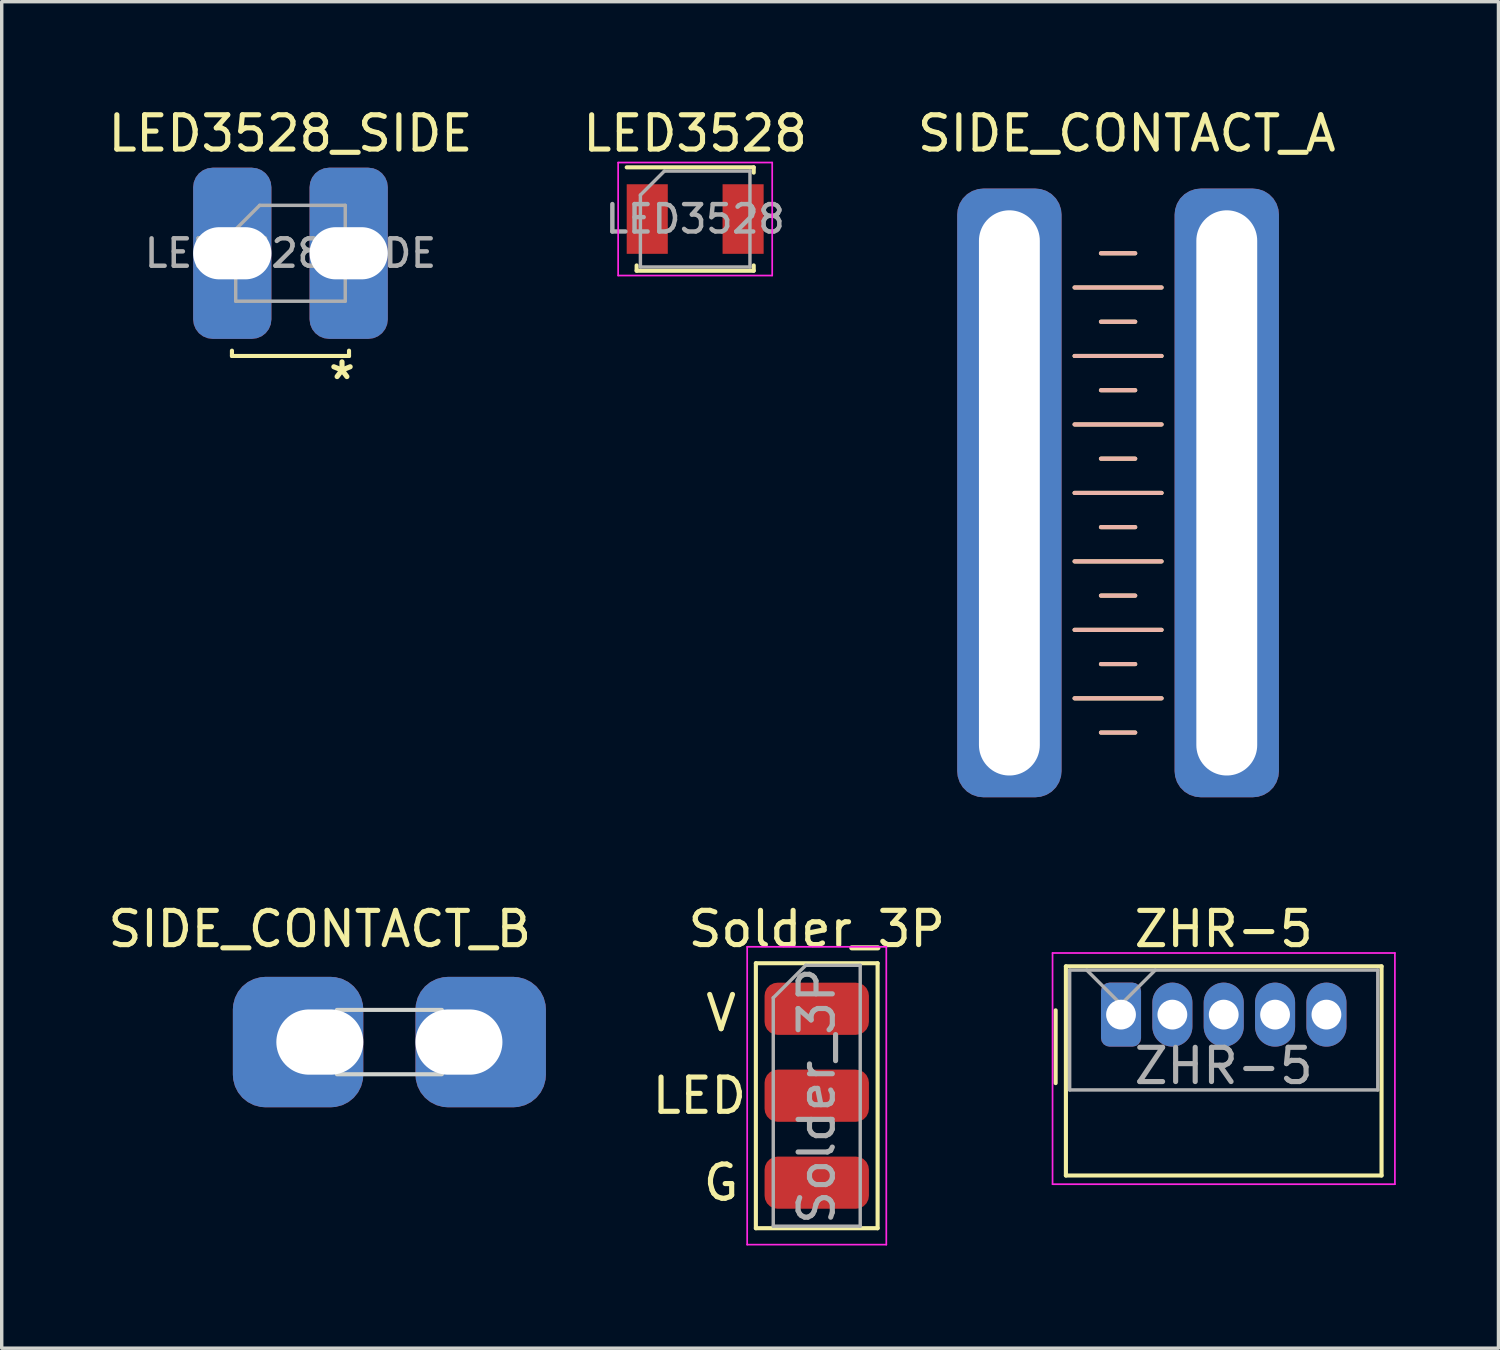
<source format=kicad_pcb>
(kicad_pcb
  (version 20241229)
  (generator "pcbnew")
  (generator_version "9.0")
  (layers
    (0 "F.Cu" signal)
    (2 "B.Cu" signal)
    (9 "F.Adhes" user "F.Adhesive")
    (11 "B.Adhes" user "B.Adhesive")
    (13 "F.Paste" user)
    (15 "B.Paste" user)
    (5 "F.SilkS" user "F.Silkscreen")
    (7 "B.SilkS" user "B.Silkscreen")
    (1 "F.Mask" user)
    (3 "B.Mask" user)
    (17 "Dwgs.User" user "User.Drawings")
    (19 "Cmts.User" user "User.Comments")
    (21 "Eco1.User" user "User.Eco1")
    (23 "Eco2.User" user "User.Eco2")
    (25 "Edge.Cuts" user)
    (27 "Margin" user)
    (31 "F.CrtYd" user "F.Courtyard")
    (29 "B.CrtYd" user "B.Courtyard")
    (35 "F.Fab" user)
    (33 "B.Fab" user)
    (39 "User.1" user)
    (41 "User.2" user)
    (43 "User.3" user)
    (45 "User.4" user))
  (footprint "SIDE_CONTACT_A"
    (layer "F.Cu")
    (at 29.609 11.348)
    (property "Reference" "SIDE_CONTACT_A" (at 0.254 -10.5 0) (layer "F.SilkS") (effects (font (size 1 1) (thickness 0.15))))
    (attr smd)
    (fp_line (start -1.27 -6) (end 1.27 -6) (stroke (width 0.12) (type solid)) (layer "F.SilkS"))
    (fp_line (start -1.27 -4) (end 1.27 -4) (stroke (width 0.12) (type solid)) (layer "F.SilkS"))
    (fp_line (start -1.27 -2) (end 1.27 -2) (stroke (width 0.12) (type solid)) (layer "F.SilkS"))
    (fp_line (start -1.27 0) (end 1.27 0) (stroke (width 0.12) (type solid)) (layer "F.SilkS"))
    (fp_line (start -1.27 2) (end 1.27 2) (stroke (width 0.12) (type solid)) (layer "F.SilkS"))
    (fp_line (start -1.27 4) (end 1.27 4) (stroke (width 0.12) (type solid)) (layer "F.SilkS"))
    (fp_line (start -1.27 6) (end 1.27 6) (stroke (width 0.12) (type solid)) (layer "F.SilkS"))
    (fp_line (start -0.5 -7) (end 0.5 -7) (stroke (width 0.12) (type solid)) (layer "F.SilkS"))
    (fp_line (start -0.5 -5) (end 0.5 -5) (stroke (width 0.12) (type solid)) (layer "F.SilkS"))
    (fp_line (start -0.5 -3) (end 0.5 -3) (stroke (width 0.12) (type solid)) (layer "F.SilkS"))
    (fp_line (start -0.5 -1) (end 0.5 -1) (stroke (width 0.12) (type solid)) (layer "F.SilkS"))
    (fp_line (start -0.5 1) (end 0.5 1) (stroke (width 0.12) (type solid)) (layer "F.SilkS"))
    (fp_line (start -0.5 3) (end 0.5 3) (stroke (width 0.12) (type solid)) (layer "F.SilkS"))
    (fp_line (start -0.5 5) (end 0.5 5) (stroke (width 0.12) (type solid)) (layer "F.SilkS"))
    (fp_line (start -0.5 7) (end 0.5 7) (stroke (width 0.12) (type solid)) (layer "F.SilkS"))
    (fp_line (start 0.5 -7) (end -0.5 -7) (stroke (width 0.12) (type solid)) (layer "B.SilkS"))
    (fp_line (start 0.5 -5) (end -0.5 -5) (stroke (width 0.12) (type solid)) (layer "B.SilkS"))
    (fp_line (start 0.5 -3) (end -0.5 -3) (stroke (width 0.12) (type solid)) (layer "B.SilkS"))
    (fp_line (start 0.5 -1) (end -0.5 -1) (stroke (width 0.12) (type solid)) (layer "B.SilkS"))
    (fp_line (start 0.5 1) (end -0.5 1) (stroke (width 0.12) (type solid)) (layer "B.SilkS"))
    (fp_line (start 0.5 3) (end -0.5 3) (stroke (width 0.12) (type solid)) (layer "B.SilkS"))
    (fp_line (start 0.5 5) (end -0.5 5) (stroke (width 0.12) (type solid)) (layer "B.SilkS"))
    (fp_line (start 0.5 7) (end -0.5 7) (stroke (width 0.12) (type solid)) (layer "B.SilkS"))
    (fp_line (start 1.27 -6) (end -1.27 -6) (stroke (width 0.12) (type solid)) (layer "B.SilkS"))
    (fp_line (start 1.27 -4) (end -1.27 -4) (stroke (width 0.12) (type solid)) (layer "B.SilkS"))
    (fp_line (start 1.27 -2) (end -1.27 -2) (stroke (width 0.12) (type solid)) (layer "B.SilkS"))
    (fp_line (start 1.27 0) (end -1.27 0) (stroke (width 0.12) (type solid)) (layer "B.SilkS"))
    (fp_line (start 1.27 2) (end -1.27 2) (stroke (width 0.12) (type solid)) (layer "B.SilkS"))
    (fp_line (start 1.27 4) (end -1.27 4) (stroke (width 0.12) (type solid)) (layer "B.SilkS"))
    (fp_line (start 1.27 6) (end -1.27 6) (stroke (width 0.12) (type solid)) (layer "B.SilkS"))
    (pad "1" thru_hole roundrect (at -3.175 0) (size 3.048 17.78) (drill oval 1.778 16.51) (layers "*.Cu" "*.Mask") (roundrect_rratio 0.25))
    (pad "2" thru_hole roundrect (at 3.175 0) (size 3.048 17.78) (drill oval 1.778 16.51) (layers "*.Cu" "*.Mask") (roundrect_rratio 0.25)))
  (footprint "ZHR-5"
    (layer "F.Cu")
    (at 29.695 26.587)
    (property "Reference" "ZHR-5" (at 3 -2.5 0) (layer "F.SilkS") (effects (font (size 1 1) (thickness 0.15))))
    (attr through_hole)
    (fp_line (start -1.91 -0.125) (end -1.91 2) (stroke (width 0.12) (type solid)) (layer "F.SilkS"))
    (fp_line (start -1.61 -1.41) (end -1.61 4.699) (stroke (width 0.12) (type solid)) (layer "F.SilkS"))
    (fp_line (start -1.61 4.699) (end 7.61 4.699) (stroke (width 0.12) (type solid)) (layer "F.SilkS"))
    (fp_line (start 7.61 -1.41) (end -1.61 -1.41) (stroke (width 0.12) (type solid)) (layer "F.SilkS"))
    (fp_line (start 7.61 4.699) (end 7.61 -1.41) (stroke (width 0.12) (type solid)) (layer "F.SilkS"))
    (fp_line (start -2 -1.8) (end -2 4.953) (stroke (width 0.05) (type solid)) (layer "F.CrtYd"))
    (fp_line (start -2 4.953) (end 8 4.953) (stroke (width 0.05) (type solid)) (layer "F.CrtYd"))
    (fp_line (start 8 -1.8) (end -2 -1.8) (stroke (width 0.05) (type solid)) (layer "F.CrtYd"))
    (fp_line (start 8 4.953) (end 8 -1.8) (stroke (width 0.05) (type solid)) (layer "F.CrtYd"))
    (fp_line (start -1.5 -1.3) (end -1.5 2.2) (stroke (width 0.1) (type solid)) (layer "F.Fab"))
    (fp_line (start -1.5 2.2) (end 7.5 2.2) (stroke (width 0.1) (type solid)) (layer "F.Fab"))
    (fp_line (start -1 -1.3) (end 0 -0.3) (stroke (width 0.1) (type solid)) (layer "F.Fab"))
    (fp_line (start 0 -0.3) (end 1 -1.3) (stroke (width 0.1) (type solid)) (layer "F.Fab"))
    (fp_line (start 7.5 -1.3) (end -1.5 -1.3) (stroke (width 0.1) (type solid)) (layer "F.Fab"))
    (fp_line (start 7.5 2.2) (end 7.5 -1.3) (stroke (width 0.1) (type solid)) (layer "F.Fab"))
    (fp_text user "${REFERENCE}" (at 3 1.5 0) (layer "F.Fab") (effects (font (size 1 1) (thickness 0.15))))
    (pad "1" thru_hole roundrect (at 0 0) (size 1.17 1.87) (drill 0.87) (layers "*.Cu" "*.Mask") (roundrect_rratio 0.214))
    (pad "2" thru_hole oval (at 1.5 0) (size 1.17 1.87) (drill 0.87) (layers "*.Cu" "*.Mask"))
    (pad "3" thru_hole oval (at 3 0) (size 1.17 1.87) (drill 0.87) (layers "*.Cu" "*.Mask"))
    (pad "4" thru_hole oval (at 4.5 0) (size 1.17 1.87) (drill 0.87) (layers "*.Cu" "*.Mask"))
    (pad "5" thru_hole oval (at 6 0) (size 1.17 1.87) (drill 0.87) (layers "*.Cu" "*.Mask")))
  (footprint "SIDE_CONTACT_B"
    (layer "F.Cu")
    (at 8.324 27.389)
    (property "Reference" "SIDE_CONTACT_B" (at -2.032 -3.302 0) (layer "F.SilkS") (effects (font (size 1 1) (thickness 0.15))))
    (attr smd)
    (fp_rect (start -1.532 -0.94) (end 1.532 0.94) (stroke (width 0.12) (type solid)) (fill no) (layer "Edge.Cuts"))
    (pad "1" thru_hole roundrect (at -2.032 0) (size 3.81 3.81) (drill oval 2.54 1.905 (offset -0.635 0)) (layers "*.Cu" "*.Mask") (roundrect_rratio 0.25))
    (pad "2" thru_hole roundrect (at 2.032 0) (size 3.81 3.81) (drill oval 2.54 1.905 (offset 0.635 0)) (layers "*.Cu" "*.Mask") (roundrect_rratio 0.25)))
  (footprint "Solder_3P"
    (layer "F.Cu")
    (at 20.807 28.956)
    (property "Reference" "Solder_3P" (at 0 -4.87 0) (layer "F.SilkS") (effects (font (size 1 1) (thickness 0.15))))
    (attr smd)
    (fp_line (start -1.778 -3.87) (end -1.778 3.87) (stroke (width 0.12) (type solid)) (layer "F.SilkS"))
    (fp_line (start -1.778 -3.87) (end 1.778 -3.87) (stroke (width 0.12) (type solid)) (layer "F.SilkS"))
    (fp_line (start -1.778 3.87) (end 1.778 3.87) (stroke (width 0.12) (type solid)) (layer "F.SilkS"))
    (fp_line (start 1.778 -3.87) (end 1.778 3.87) (stroke (width 0.12) (type solid)) (layer "F.SilkS"))
    (fp_line (start -2.032 -4.35) (end -2.032 4.35) (stroke (width 0.05) (type solid)) (layer "F.CrtYd"))
    (fp_line (start -2.032 4.35) (end 2.032 4.35) (stroke (width 0.05) (type solid)) (layer "F.CrtYd"))
    (fp_line (start 2.032 -4.35) (end -2.032 -4.35) (stroke (width 0.05) (type solid)) (layer "F.CrtYd"))
    (fp_line (start 2.032 4.35) (end 2.032 -4.35) (stroke (width 0.05) (type solid)) (layer "F.CrtYd"))
    (fp_line (start -1.27 -2.86) (end -0.32 -3.81) (stroke (width 0.1) (type solid)) (layer "F.Fab"))
    (fp_line (start -1.27 3.81) (end -1.27 -2.86) (stroke (width 0.1) (type solid)) (layer "F.Fab"))
    (fp_line (start -0.32 -3.81) (end 1.27 -3.81) (stroke (width 0.1) (type solid)) (layer "F.Fab"))
    (fp_line (start 1.27 -3.81) (end 1.27 3.81) (stroke (width 0.1) (type solid)) (layer "F.Fab"))
    (fp_line (start 1.27 3.81) (end -1.27 3.81) (stroke (width 0.1) (type solid)) (layer "F.Fab"))
    (fp_text user "G" (at -2.794 2.54 0) (unlocked yes) (layer "F.SilkS") (effects (font (size 1 1) (thickness 0.15))))
    (fp_text user "LED" (at -3.429 0 0) (unlocked yes) (layer "F.SilkS") (effects (font (size 1 1) (thickness 0.15))))
    (fp_text user "V" (at -2.794 -2.413 0) (unlocked yes) (layer "F.SilkS") (effects (font (size 1 1) (thickness 0.15))))
    (fp_text user "${REFERENCE}" (at 0 0 90) (layer "F.Fab") (effects (font (size 1 1) (thickness 0.15))))
    (pad "1" smd roundrect (at 0 -2.54) (size 3.048 1.524) (layers "F.Cu" "F.Mask" "F.Paste") (roundrect_rratio 0.25))
    (pad "2" smd roundrect (at 0 0) (size 3.048 1.524) (layers "F.Cu" "F.Mask" "F.Paste") (roundrect_rratio 0.25))
    (pad "3" smd roundrect (at 0 2.54) (size 3.048 1.524) (layers "F.Cu" "F.Mask" "F.Paste") (roundrect_rratio 0.25)))
  (footprint "LED3528"
    (layer "F.Cu")
    (at 17.256 3.348)
    (property "Reference" "LED3528" (at 0 -2.5 0) (layer "F.SilkS") (effects (font (size 1 1) (thickness 0.15))))
    (attr smd)
    (fp_line (start -2 -1.51) (end 1.71 -1.51) (stroke (width 0.12) (type solid)) (layer "F.SilkS"))
    (fp_line (start -1.71 1.355) (end -1.71 1.51) (stroke (width 0.12) (type solid)) (layer "F.SilkS"))
    (fp_line (start -1.71 1.51) (end 1.71 1.51) (stroke (width 0.12) (type solid)) (layer "F.SilkS"))
    (fp_line (start 1.71 -1.355) (end 1.71 -1.51) (stroke (width 0.12) (type solid)) (layer "F.SilkS"))
    (fp_line (start 1.71 1.355) (end 1.71 1.51) (stroke (width 0.12) (type solid)) (layer "F.SilkS"))
    (fp_line (start -2.25 -1.65) (end -2.25 1.65) (stroke (width 0.05) (type solid)) (layer "F.CrtYd"))
    (fp_line (start -2.25 -1.65) (end 2.25 -1.65) (stroke (width 0.05) (type solid)) (layer "F.CrtYd"))
    (fp_line (start -2.25 1.65) (end 2.25 1.65) (stroke (width 0.05) (type solid)) (layer "F.CrtYd"))
    (fp_line (start 2.25 -1.65) (end 2.25 1.65) (stroke (width 0.05) (type solid)) (layer "F.CrtYd"))
    (fp_line (start -1.6 1.4) (end -1.6 -0.7) (stroke (width 0.1) (type solid)) (layer "F.Fab"))
    (fp_line (start -0.9 -1.4) (end -1.6 -0.7) (stroke (width 0.1) (type solid)) (layer "F.Fab"))
    (fp_line (start -0.9 -1.4) (end 1.6 -1.4) (stroke (width 0.1) (type solid)) (layer "F.Fab"))
    (fp_line (start 1.6 -1.4) (end 1.6 1.4) (stroke (width 0.1) (type solid)) (layer "F.Fab"))
    (fp_line (start 1.6 1.4) (end -1.6 1.4) (stroke (width 0.1) (type solid)) (layer "F.Fab"))
    (fp_text user "${REFERENCE}" (at 0 0 0) (layer "F.Fab") (effects (font (size 0.8 0.8) (thickness 0.13))))
    (pad "1" smd rect (at -1.4 0) (size 1.2 2.032) (layers "F.Cu" "F.Mask" "F.Paste"))
    (pad "2" smd rect (at 1.4 0) (size 1.2 2.032) (layers "F.Cu" "F.Mask" "F.Paste")))
  (footprint "LED3528_SIDE"
    (layer "F.Cu")
    (at 5.435 4.348)
    (property "Reference" "LED3528_SIDE" (at 0 -3.5 0) (layer "F.SilkS") (effects (font (size 1 1) (thickness 0.15))))
    (attr smd)
    (fp_line (start -1.71 2.845) (end -1.71 3) (stroke (width 0.12) (type solid)) (layer "F.SilkS"))
    (fp_line (start -1.71 3) (end 1.71 3) (stroke (width 0.12) (type solid)) (layer "F.SilkS"))
    (fp_line (start 1.71 2.845) (end 1.71 3) (stroke (width 0.12) (type solid)) (layer "F.SilkS"))
    (fp_line (start -1.6 1.4) (end -1.6 -0.7) (stroke (width 0.1) (type solid)) (layer "F.Fab"))
    (fp_line (start -0.9 -1.4) (end -1.6 -0.7) (stroke (width 0.1) (type solid)) (layer "F.Fab"))
    (fp_line (start -0.9 -1.4) (end 1.6 -1.4) (stroke (width 0.1) (type solid)) (layer "F.Fab"))
    (fp_line (start 1.6 -1.4) (end 1.6 1.4) (stroke (width 0.1) (type solid)) (layer "F.Fab"))
    (fp_line (start 1.6 1.4) (end -1.6 1.4) (stroke (width 0.1) (type solid)) (layer "F.Fab"))
    (fp_text user "*" (at 1.505 3.718 0) (unlocked yes) (layer "F.SilkS") (effects (font (size 1 1) (thickness 0.15))))
    (fp_text user "${REFERENCE}" (at 0 0 0) (layer "F.Fab") (effects (font (size 0.8 0.8) (thickness 0.13))))
    (pad "1" thru_hole roundrect (at -1.7 0) (size 2.286 5) (drill oval 2.286 1.524) (layers "*.Cu" "*.Mask") (roundrect_rratio 0.25))
    (pad "2" thru_hole roundrect (at 1.7 0) (size 2.286 5) (drill oval 2.286 1.524) (layers "*.Cu" "*.Mask") (roundrect_rratio 0.25)))
  (gr_rect
    (start -3 -3)
    (end 40.72 36.331)
    (stroke (width 0.1) (type default))
    (fill no)
    (layer "Edge.Cuts")))
</source>
